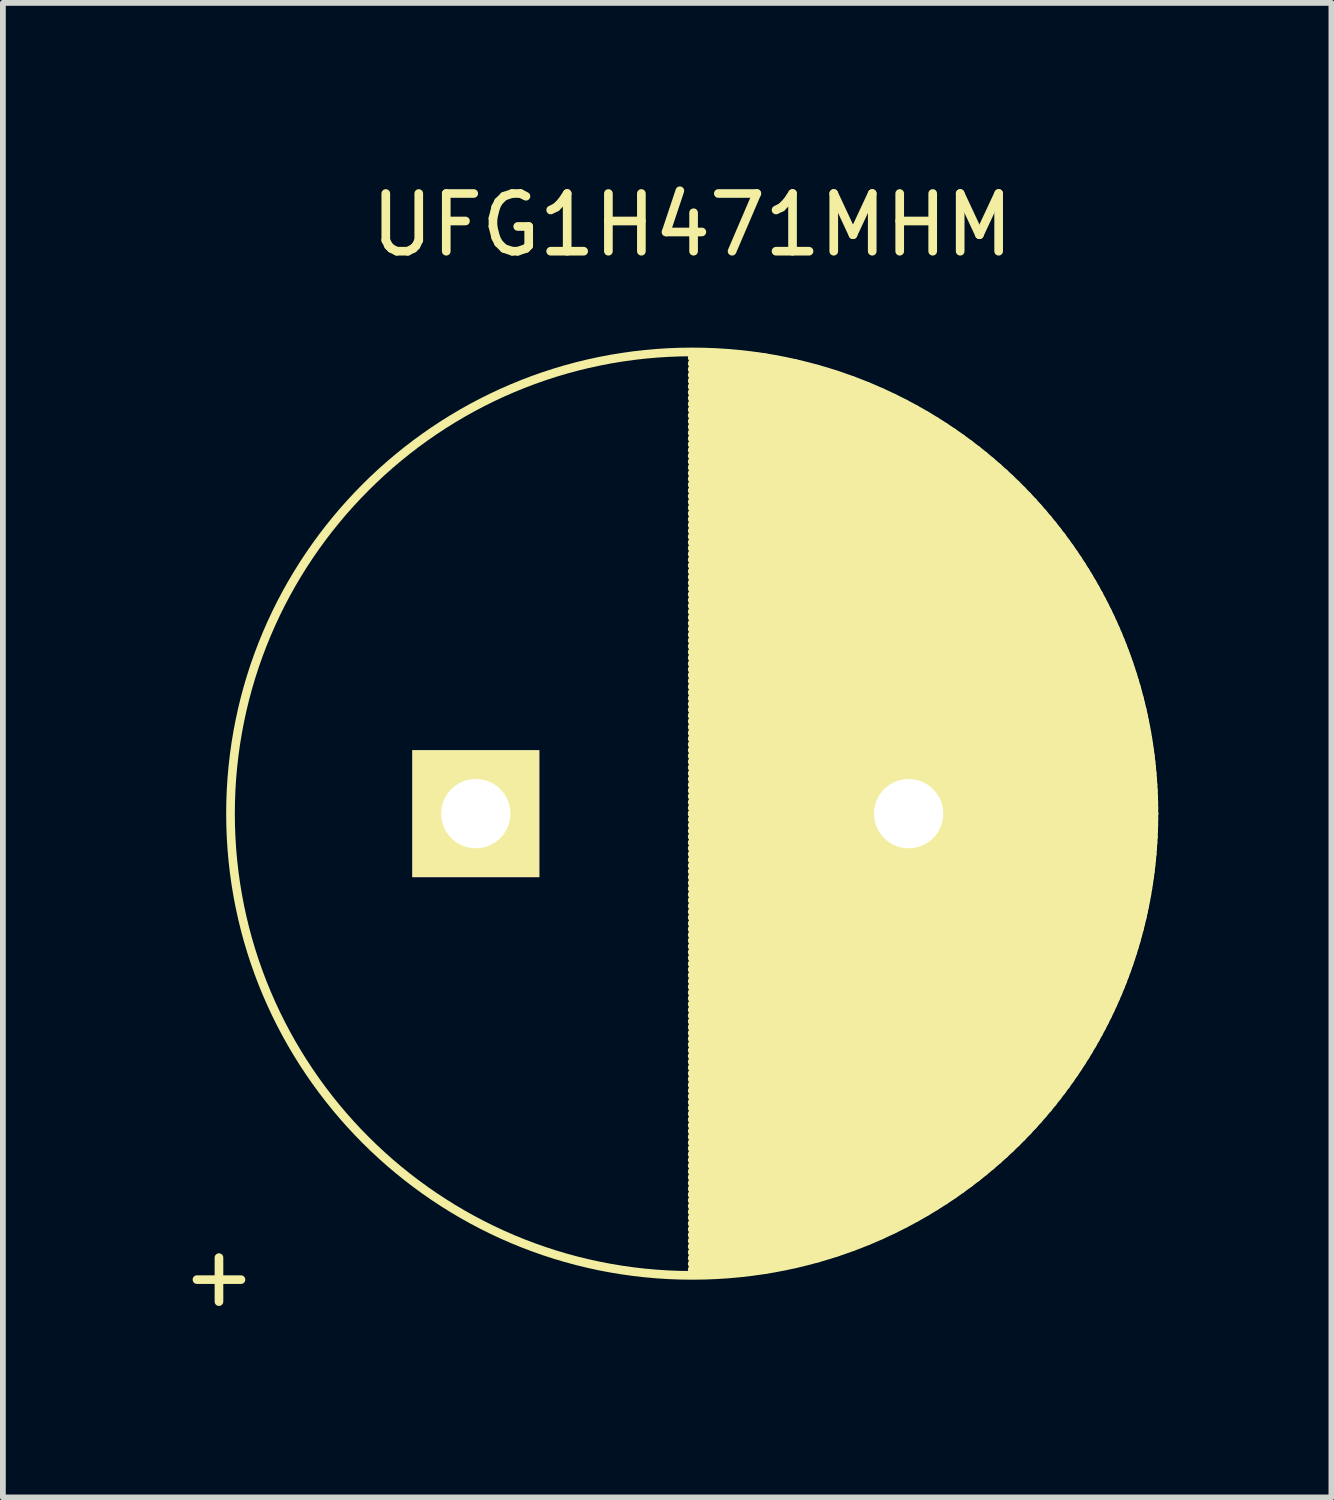
<source format=kicad_pcb>
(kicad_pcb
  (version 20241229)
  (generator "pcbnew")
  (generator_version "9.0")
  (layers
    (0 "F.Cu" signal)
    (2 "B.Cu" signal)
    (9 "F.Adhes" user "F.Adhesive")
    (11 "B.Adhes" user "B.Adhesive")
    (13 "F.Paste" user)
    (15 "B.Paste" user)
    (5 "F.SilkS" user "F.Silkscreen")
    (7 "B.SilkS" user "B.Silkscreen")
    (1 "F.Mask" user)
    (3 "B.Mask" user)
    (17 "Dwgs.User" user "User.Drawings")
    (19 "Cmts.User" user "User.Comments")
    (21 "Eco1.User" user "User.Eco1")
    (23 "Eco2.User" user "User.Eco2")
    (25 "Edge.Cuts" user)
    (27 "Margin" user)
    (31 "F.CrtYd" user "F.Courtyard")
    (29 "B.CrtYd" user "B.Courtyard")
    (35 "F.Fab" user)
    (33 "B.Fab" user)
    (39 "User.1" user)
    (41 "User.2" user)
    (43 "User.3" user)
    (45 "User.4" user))
  (footprint "UFG1H471MHM"
    (layer "F.Cu")
    (at 5.194 11.048)
    (property "Reference" "UFG1H471MHM" (at 3.75 -10.2 0) (layer "F.SilkS") (effects (font (size 1 1) (thickness 0.15))))
    (attr through_hole)
    (fp_line (start 3.75 -7.9) (end 5.011 -7.9) (stroke (width 0.15) (type solid)) (layer "F.SilkS"))
    (fp_line (start 3.75 -7.8) (end 5.528 -7.8) (stroke (width 0.15) (type solid)) (layer "F.SilkS"))
    (fp_line (start 3.75 -7.7) (end 5.92 -7.7) (stroke (width 0.15) (type solid)) (layer "F.SilkS"))
    (fp_line (start 3.75 -7.6) (end 6.248 -7.6) (stroke (width 0.15) (type solid)) (layer "F.SilkS"))
    (fp_line (start 3.75 -7.5) (end 6.534 -7.5) (stroke (width 0.15) (type solid)) (layer "F.SilkS"))
    (fp_line (start 3.75 -7.4) (end 6.79 -7.4) (stroke (width 0.15) (type solid)) (layer "F.SilkS"))
    (fp_line (start 3.75 -7.3) (end 7.023 -7.3) (stroke (width 0.15) (type solid)) (layer "F.SilkS"))
    (fp_line (start 3.75 -7.2) (end 7.237 -7.2) (stroke (width 0.15) (type solid)) (layer "F.SilkS"))
    (fp_line (start 3.75 -7.1) (end 7.436 -7.1) (stroke (width 0.15) (type solid)) (layer "F.SilkS"))
    (fp_line (start 3.75 -7) (end 7.623 -7) (stroke (width 0.15) (type solid)) (layer "F.SilkS"))
    (fp_line (start 3.75 -6.9) (end 7.798 -6.9) (stroke (width 0.15) (type solid)) (layer "F.SilkS"))
    (fp_line (start 3.75 -6.8) (end 7.964 -6.8) (stroke (width 0.15) (type solid)) (layer "F.SilkS"))
    (fp_line (start 3.75 -6.7) (end 8.121 -6.7) (stroke (width 0.15) (type solid)) (layer "F.SilkS"))
    (fp_line (start 3.75 -6.6) (end 8.271 -6.6) (stroke (width 0.15) (type solid)) (layer "F.SilkS"))
    (fp_line (start 3.75 -6.5) (end 8.414 -6.5) (stroke (width 0.15) (type solid)) (layer "F.SilkS"))
    (fp_line (start 3.75 -6.4) (end 8.55 -6.4) (stroke (width 0.15) (type solid)) (layer "F.SilkS"))
    (fp_line (start 3.75 -6.3) (end 8.681 -6.3) (stroke (width 0.15) (type solid)) (layer "F.SilkS"))
    (fp_line (start 3.75 -6.2) (end 8.806 -6.2) (stroke (width 0.15) (type solid)) (layer "F.SilkS"))
    (fp_line (start 3.75 -6.1) (end 8.926 -6.1) (stroke (width 0.15) (type solid)) (layer "F.SilkS"))
    (fp_line (start 3.75 -6) (end 9.042 -6) (stroke (width 0.15) (type solid)) (layer "F.SilkS"))
    (fp_line (start 3.75 -5.9) (end 9.153 -5.9) (stroke (width 0.15) (type solid)) (layer "F.SilkS"))
    (fp_line (start 3.75 -5.8) (end 9.26 -5.8) (stroke (width 0.15) (type solid)) (layer "F.SilkS"))
    (fp_line (start 3.75 -5.7) (end 9.363 -5.7) (stroke (width 0.15) (type solid)) (layer "F.SilkS"))
    (fp_line (start 3.75 -5.6) (end 9.463 -5.6) (stroke (width 0.15) (type solid)) (layer "F.SilkS"))
    (fp_line (start 3.75 -5.5) (end 9.559 -5.5) (stroke (width 0.15) (type solid)) (layer "F.SilkS"))
    (fp_line (start 3.75 -5.4) (end 9.653 -5.4) (stroke (width 0.15) (type solid)) (layer "F.SilkS"))
    (fp_line (start 3.75 -5.3) (end 9.742 -5.3) (stroke (width 0.15) (type solid)) (layer "F.SilkS"))
    (fp_line (start 3.75 -5.2) (end 9.829 -5.2) (stroke (width 0.15) (type solid)) (layer "F.SilkS"))
    (fp_line (start 3.75 -5.1) (end 9.914 -5.1) (stroke (width 0.15) (type solid)) (layer "F.SilkS"))
    (fp_line (start 3.75 -5) (end 9.995 -5) (stroke (width 0.15) (type solid)) (layer "F.SilkS"))
    (fp_line (start 3.75 -4.9) (end 10.074 -4.9) (stroke (width 0.15) (type solid)) (layer "F.SilkS"))
    (fp_line (start 3.75 -4.8) (end 10.15 -4.8) (stroke (width 0.15) (type solid)) (layer "F.SilkS"))
    (fp_line (start 3.75 -4.7) (end 10.224 -4.7) (stroke (width 0.15) (type solid)) (layer "F.SilkS"))
    (fp_line (start 3.75 -4.6) (end 10.295 -4.6) (stroke (width 0.15) (type solid)) (layer "F.SilkS"))
    (fp_line (start 3.75 -4.5) (end 10.364 -4.5) (stroke (width 0.15) (type solid)) (layer "F.SilkS"))
    (fp_line (start 3.75 -4.4) (end 10.431 -4.4) (stroke (width 0.15) (type solid)) (layer "F.SilkS"))
    (fp_line (start 3.75 -4.3) (end 10.496 -4.3) (stroke (width 0.15) (type solid)) (layer "F.SilkS"))
    (fp_line (start 3.75 -4.2) (end 10.559 -4.2) (stroke (width 0.15) (type solid)) (layer "F.SilkS"))
    (fp_line (start 3.75 -4.1) (end 10.619 -4.1) (stroke (width 0.15) (type solid)) (layer "F.SilkS"))
    (fp_line (start 3.75 -4) (end 10.678 -4) (stroke (width 0.15) (type solid)) (layer "F.SilkS"))
    (fp_line (start 3.75 -3.9) (end 10.735 -3.9) (stroke (width 0.15) (type solid)) (layer "F.SilkS"))
    (fp_line (start 3.75 -3.8) (end 10.79 -3.8) (stroke (width 0.15) (type solid)) (layer "F.SilkS"))
    (fp_line (start 3.75 -3.7) (end 10.843 -3.7) (stroke (width 0.15) (type solid)) (layer "F.SilkS"))
    (fp_line (start 3.75 -3.6) (end 10.894 -3.6) (stroke (width 0.15) (type solid)) (layer "F.SilkS"))
    (fp_line (start 3.75 -3.5) (end 10.944 -3.5) (stroke (width 0.15) (type solid)) (layer "F.SilkS"))
    (fp_line (start 3.75 -3.4) (end 10.992 -3.4) (stroke (width 0.15) (type solid)) (layer "F.SilkS"))
    (fp_line (start 3.75 -3.3) (end 11.038 -3.3) (stroke (width 0.15) (type solid)) (layer "F.SilkS"))
    (fp_line (start 3.75 -3.2) (end 11.082 -3.2) (stroke (width 0.15) (type solid)) (layer "F.SilkS"))
    (fp_line (start 3.75 -3.1) (end 11.125 -3.1) (stroke (width 0.15) (type solid)) (layer "F.SilkS"))
    (fp_line (start 3.75 -3) (end 11.166 -3) (stroke (width 0.15) (type solid)) (layer "F.SilkS"))
    (fp_line (start 3.75 -2.9) (end 11.206 -2.9) (stroke (width 0.15) (type solid)) (layer "F.SilkS"))
    (fp_line (start 3.75 -2.8) (end 11.244 -2.8) (stroke (width 0.15) (type solid)) (layer "F.SilkS"))
    (fp_line (start 3.75 -2.7) (end 11.281 -2.7) (stroke (width 0.15) (type solid)) (layer "F.SilkS"))
    (fp_line (start 3.75 -2.6) (end 11.316 -2.6) (stroke (width 0.15) (type solid)) (layer "F.SilkS"))
    (fp_line (start 3.75 -2.5) (end 11.349 -2.5) (stroke (width 0.15) (type solid)) (layer "F.SilkS"))
    (fp_line (start 3.75 -2.4) (end 11.382 -2.4) (stroke (width 0.15) (type solid)) (layer "F.SilkS"))
    (fp_line (start 3.75 -2.3) (end 11.412 -2.3) (stroke (width 0.15) (type solid)) (layer "F.SilkS"))
    (fp_line (start 3.75 -2.2) (end 11.442 -2.2) (stroke (width 0.15) (type solid)) (layer "F.SilkS"))
    (fp_line (start 3.75 -2.1) (end 11.469 -2.1) (stroke (width 0.15) (type solid)) (layer "F.SilkS"))
    (fp_line (start 3.75 -2) (end 11.496 -2) (stroke (width 0.15) (type solid)) (layer "F.SilkS"))
    (fp_line (start 3.75 -1.9) (end 11.521 -1.9) (stroke (width 0.15) (type solid)) (layer "F.SilkS"))
    (fp_line (start 3.75 -1.8) (end 11.545 -1.8) (stroke (width 0.15) (type solid)) (layer "F.SilkS"))
    (fp_line (start 3.75 -1.7) (end 11.567 -1.7) (stroke (width 0.15) (type solid)) (layer "F.SilkS"))
    (fp_line (start 3.75 -1.6) (end 11.588 -1.6) (stroke (width 0.15) (type solid)) (layer "F.SilkS"))
    (fp_line (start 3.75 -1.5) (end 11.608 -1.5) (stroke (width 0.15) (type solid)) (layer "F.SilkS"))
    (fp_line (start 3.75 -1.4) (end 11.627 -1.4) (stroke (width 0.15) (type solid)) (layer "F.SilkS"))
    (fp_line (start 3.75 -1.3) (end 11.644 -1.3) (stroke (width 0.15) (type solid)) (layer "F.SilkS"))
    (fp_line (start 3.75 -1.2) (end 11.659 -1.2) (stroke (width 0.15) (type solid)) (layer "F.SilkS"))
    (fp_line (start 3.75 -1.1) (end 11.674 -1.1) (stroke (width 0.15) (type solid)) (layer "F.SilkS"))
    (fp_line (start 3.75 -1) (end 11.687 -1) (stroke (width 0.15) (type solid)) (layer "F.SilkS"))
    (fp_line (start 3.75 -0.9) (end 11.699 -0.9) (stroke (width 0.15) (type solid)) (layer "F.SilkS"))
    (fp_line (start 3.75 -0.8) (end 11.71 -0.8) (stroke (width 0.15) (type solid)) (layer "F.SilkS"))
    (fp_line (start 3.75 -0.7) (end 11.719 -0.7) (stroke (width 0.15) (type solid)) (layer "F.SilkS"))
    (fp_line (start 3.75 -0.6) (end 11.727 -0.6) (stroke (width 0.15) (type solid)) (layer "F.SilkS"))
    (fp_line (start 3.75 -0.5) (end 11.734 -0.5) (stroke (width 0.15) (type solid)) (layer "F.SilkS"))
    (fp_line (start 3.75 -0.4) (end 11.74 -0.4) (stroke (width 0.15) (type solid)) (layer "F.SilkS"))
    (fp_line (start 3.75 -0.3) (end 11.744 -0.3) (stroke (width 0.15) (type solid)) (layer "F.SilkS"))
    (fp_line (start 3.75 -0.2) (end 11.748 -0.2) (stroke (width 0.15) (type solid)) (layer "F.SilkS"))
    (fp_line (start 3.75 -0.1) (end 11.749 -0.1) (stroke (width 0.15) (type solid)) (layer "F.SilkS"))
    (fp_line (start 3.75 0) (end 11.75 0) (stroke (width 0.15) (type solid)) (layer "F.SilkS"))
    (fp_line (start 3.75 0) (end 11.75 0) (stroke (width 0.15) (type solid)) (layer "F.SilkS"))
    (fp_line (start 3.75 0.1) (end 11.749 0.1) (stroke (width 0.15) (type solid)) (layer "F.SilkS"))
    (fp_line (start 3.75 0.2) (end 11.748 0.2) (stroke (width 0.15) (type solid)) (layer "F.SilkS"))
    (fp_line (start 3.75 0.3) (end 11.744 0.3) (stroke (width 0.15) (type solid)) (layer "F.SilkS"))
    (fp_line (start 3.75 0.4) (end 11.74 0.4) (stroke (width 0.15) (type solid)) (layer "F.SilkS"))
    (fp_line (start 3.75 0.5) (end 11.734 0.5) (stroke (width 0.15) (type solid)) (layer "F.SilkS"))
    (fp_line (start 3.75 0.6) (end 11.727 0.6) (stroke (width 0.15) (type solid)) (layer "F.SilkS"))
    (fp_line (start 3.75 0.7) (end 11.719 0.7) (stroke (width 0.15) (type solid)) (layer "F.SilkS"))
    (fp_line (start 3.75 0.8) (end 11.71 0.8) (stroke (width 0.15) (type solid)) (layer "F.SilkS"))
    (fp_line (start 3.75 0.9) (end 11.699 0.9) (stroke (width 0.15) (type solid)) (layer "F.SilkS"))
    (fp_line (start 3.75 1) (end 11.687 1) (stroke (width 0.15) (type solid)) (layer "F.SilkS"))
    (fp_line (start 3.75 1.1) (end 11.674 1.1) (stroke (width 0.15) (type solid)) (layer "F.SilkS"))
    (fp_line (start 3.75 1.2) (end 11.659 1.2) (stroke (width 0.15) (type solid)) (layer "F.SilkS"))
    (fp_line (start 3.75 1.3) (end 11.644 1.3) (stroke (width 0.15) (type solid)) (layer "F.SilkS"))
    (fp_line (start 3.75 1.4) (end 11.627 1.4) (stroke (width 0.15) (type solid)) (layer "F.SilkS"))
    (fp_line (start 3.75 1.5) (end 11.608 1.5) (stroke (width 0.15) (type solid)) (layer "F.SilkS"))
    (fp_line (start 3.75 1.6) (end 11.588 1.6) (stroke (width 0.15) (type solid)) (layer "F.SilkS"))
    (fp_line (start 3.75 1.7) (end 11.567 1.7) (stroke (width 0.15) (type solid)) (layer "F.SilkS"))
    (fp_line (start 3.75 1.8) (end 11.545 1.8) (stroke (width 0.15) (type solid)) (layer "F.SilkS"))
    (fp_line (start 3.75 1.9) (end 11.521 1.9) (stroke (width 0.15) (type solid)) (layer "F.SilkS"))
    (fp_line (start 3.75 2) (end 11.496 2) (stroke (width 0.15) (type solid)) (layer "F.SilkS"))
    (fp_line (start 3.75 2.1) (end 11.469 2.1) (stroke (width 0.15) (type solid)) (layer "F.SilkS"))
    (fp_line (start 3.75 2.2) (end 11.442 2.2) (stroke (width 0.15) (type solid)) (layer "F.SilkS"))
    (fp_line (start 3.75 2.3) (end 11.412 2.3) (stroke (width 0.15) (type solid)) (layer "F.SilkS"))
    (fp_line (start 3.75 2.4) (end 11.382 2.4) (stroke (width 0.15) (type solid)) (layer "F.SilkS"))
    (fp_line (start 3.75 2.5) (end 11.349 2.5) (stroke (width 0.15) (type solid)) (layer "F.SilkS"))
    (fp_line (start 3.75 2.6) (end 11.316 2.6) (stroke (width 0.15) (type solid)) (layer "F.SilkS"))
    (fp_line (start 3.75 2.7) (end 11.281 2.7) (stroke (width 0.15) (type solid)) (layer "F.SilkS"))
    (fp_line (start 3.75 2.8) (end 11.244 2.8) (stroke (width 0.15) (type solid)) (layer "F.SilkS"))
    (fp_line (start 3.75 2.9) (end 11.206 2.9) (stroke (width 0.15) (type solid)) (layer "F.SilkS"))
    (fp_line (start 3.75 3) (end 11.166 3) (stroke (width 0.15) (type solid)) (layer "F.SilkS"))
    (fp_line (start 3.75 3.1) (end 11.125 3.1) (stroke (width 0.15) (type solid)) (layer "F.SilkS"))
    (fp_line (start 3.75 3.2) (end 11.082 3.2) (stroke (width 0.15) (type solid)) (layer "F.SilkS"))
    (fp_line (start 3.75 3.3) (end 11.038 3.3) (stroke (width 0.15) (type solid)) (layer "F.SilkS"))
    (fp_line (start 3.75 3.4) (end 10.992 3.4) (stroke (width 0.15) (type solid)) (layer "F.SilkS"))
    (fp_line (start 3.75 3.5) (end 10.944 3.5) (stroke (width 0.15) (type solid)) (layer "F.SilkS"))
    (fp_line (start 3.75 3.6) (end 10.894 3.6) (stroke (width 0.15) (type solid)) (layer "F.SilkS"))
    (fp_line (start 3.75 3.7) (end 10.843 3.7) (stroke (width 0.15) (type solid)) (layer "F.SilkS"))
    (fp_line (start 3.75 3.8) (end 10.79 3.8) (stroke (width 0.15) (type solid)) (layer "F.SilkS"))
    (fp_line (start 3.75 3.9) (end 10.735 3.9) (stroke (width 0.15) (type solid)) (layer "F.SilkS"))
    (fp_line (start 3.75 4) (end 10.678 4) (stroke (width 0.15) (type solid)) (layer "F.SilkS"))
    (fp_line (start 3.75 4.1) (end 10.619 4.1) (stroke (width 0.15) (type solid)) (layer "F.SilkS"))
    (fp_line (start 3.75 4.2) (end 10.559 4.2) (stroke (width 0.15) (type solid)) (layer "F.SilkS"))
    (fp_line (start 3.75 4.3) (end 10.496 4.3) (stroke (width 0.15) (type solid)) (layer "F.SilkS"))
    (fp_line (start 3.75 4.4) (end 10.431 4.4) (stroke (width 0.15) (type solid)) (layer "F.SilkS"))
    (fp_line (start 3.75 4.5) (end 10.364 4.5) (stroke (width 0.15) (type solid)) (layer "F.SilkS"))
    (fp_line (start 3.75 4.6) (end 10.295 4.6) (stroke (width 0.15) (type solid)) (layer "F.SilkS"))
    (fp_line (start 3.75 4.7) (end 10.224 4.7) (stroke (width 0.15) (type solid)) (layer "F.SilkS"))
    (fp_line (start 3.75 4.8) (end 10.15 4.8) (stroke (width 0.15) (type solid)) (layer "F.SilkS"))
    (fp_line (start 3.75 4.9) (end 10.074 4.9) (stroke (width 0.15) (type solid)) (layer "F.SilkS"))
    (fp_line (start 3.75 5) (end 9.995 5) (stroke (width 0.15) (type solid)) (layer "F.SilkS"))
    (fp_line (start 3.75 5.1) (end 9.914 5.1) (stroke (width 0.15) (type solid)) (layer "F.SilkS"))
    (fp_line (start 3.75 5.2) (end 9.829 5.2) (stroke (width 0.15) (type solid)) (layer "F.SilkS"))
    (fp_line (start 3.75 5.3) (end 9.742 5.3) (stroke (width 0.15) (type solid)) (layer "F.SilkS"))
    (fp_line (start 3.75 5.4) (end 9.653 5.4) (stroke (width 0.15) (type solid)) (layer "F.SilkS"))
    (fp_line (start 3.75 5.5) (end 9.559 5.5) (stroke (width 0.15) (type solid)) (layer "F.SilkS"))
    (fp_line (start 3.75 5.6) (end 9.463 5.6) (stroke (width 0.15) (type solid)) (layer "F.SilkS"))
    (fp_line (start 3.75 5.7) (end 9.363 5.7) (stroke (width 0.15) (type solid)) (layer "F.SilkS"))
    (fp_line (start 3.75 5.8) (end 9.26 5.8) (stroke (width 0.15) (type solid)) (layer "F.SilkS"))
    (fp_line (start 3.75 5.9) (end 9.153 5.9) (stroke (width 0.15) (type solid)) (layer "F.SilkS"))
    (fp_line (start 3.75 6) (end 9.042 6) (stroke (width 0.15) (type solid)) (layer "F.SilkS"))
    (fp_line (start 3.75 6.1) (end 8.926 6.1) (stroke (width 0.15) (type solid)) (layer "F.SilkS"))
    (fp_line (start 3.75 6.2) (end 8.806 6.2) (stroke (width 0.15) (type solid)) (layer "F.SilkS"))
    (fp_line (start 3.75 6.3) (end 8.681 6.3) (stroke (width 0.15) (type solid)) (layer "F.SilkS"))
    (fp_line (start 3.75 6.4) (end 8.55 6.4) (stroke (width 0.15) (type solid)) (layer "F.SilkS"))
    (fp_line (start 3.75 6.5) (end 8.414 6.5) (stroke (width 0.15) (type solid)) (layer "F.SilkS"))
    (fp_line (start 3.75 6.6) (end 8.271 6.6) (stroke (width 0.15) (type solid)) (layer "F.SilkS"))
    (fp_line (start 3.75 6.7) (end 8.121 6.7) (stroke (width 0.15) (type solid)) (layer "F.SilkS"))
    (fp_line (start 3.75 6.8) (end 7.964 6.8) (stroke (width 0.15) (type solid)) (layer "F.SilkS"))
    (fp_line (start 3.75 6.9) (end 7.798 6.9) (stroke (width 0.15) (type solid)) (layer "F.SilkS"))
    (fp_line (start 3.75 7) (end 7.623 7) (stroke (width 0.15) (type solid)) (layer "F.SilkS"))
    (fp_line (start 3.75 7.1) (end 7.436 7.1) (stroke (width 0.15) (type solid)) (layer "F.SilkS"))
    (fp_line (start 3.75 7.2) (end 7.237 7.2) (stroke (width 0.15) (type solid)) (layer "F.SilkS"))
    (fp_line (start 3.75 7.3) (end 7.023 7.3) (stroke (width 0.15) (type solid)) (layer "F.SilkS"))
    (fp_line (start 3.75 7.4) (end 6.79 7.4) (stroke (width 0.15) (type solid)) (layer "F.SilkS"))
    (fp_line (start 3.75 7.5) (end 6.534 7.5) (stroke (width 0.15) (type solid)) (layer "F.SilkS"))
    (fp_line (start 3.75 7.6) (end 6.248 7.6) (stroke (width 0.15) (type solid)) (layer "F.SilkS"))
    (fp_line (start 3.75 7.7) (end 5.92 7.7) (stroke (width 0.15) (type solid)) (layer "F.SilkS"))
    (fp_line (start 3.75 7.8) (end 5.528 7.8) (stroke (width 0.15) (type solid)) (layer "F.SilkS"))
    (fp_line (start 3.75 7.9) (end 5.011 7.9) (stroke (width 0.15) (type solid)) (layer "F.SilkS"))
    (fp_circle (center 3.75 0) (end 3.75 -8) (stroke (width 0.15) (type solid)) (fill no) (layer "F.SilkS"))
    (fp_text user "+" (at -4.45 8 0) (layer "F.SilkS") (effects (font (size 1 1) (thickness 0.15))))
    (pad "1" thru_hole rect (at 0 0) (size 2.2 2.2) (drill 1.2) (layers "*.Cu" "*.Mask" "F.SilkS"))
    (pad "2" thru_hole circle (at 7.5 0) (size 2.2 2.2) (drill 1.2) (layers "*.Cu" "*.Mask" "F.SilkS")))
  (gr_rect
    (start -3 -3)
    (end 20.019 22.896)
    (stroke (width 0.1) (type default))
    (fill no)
    (layer "Edge.Cuts")))
</source>
